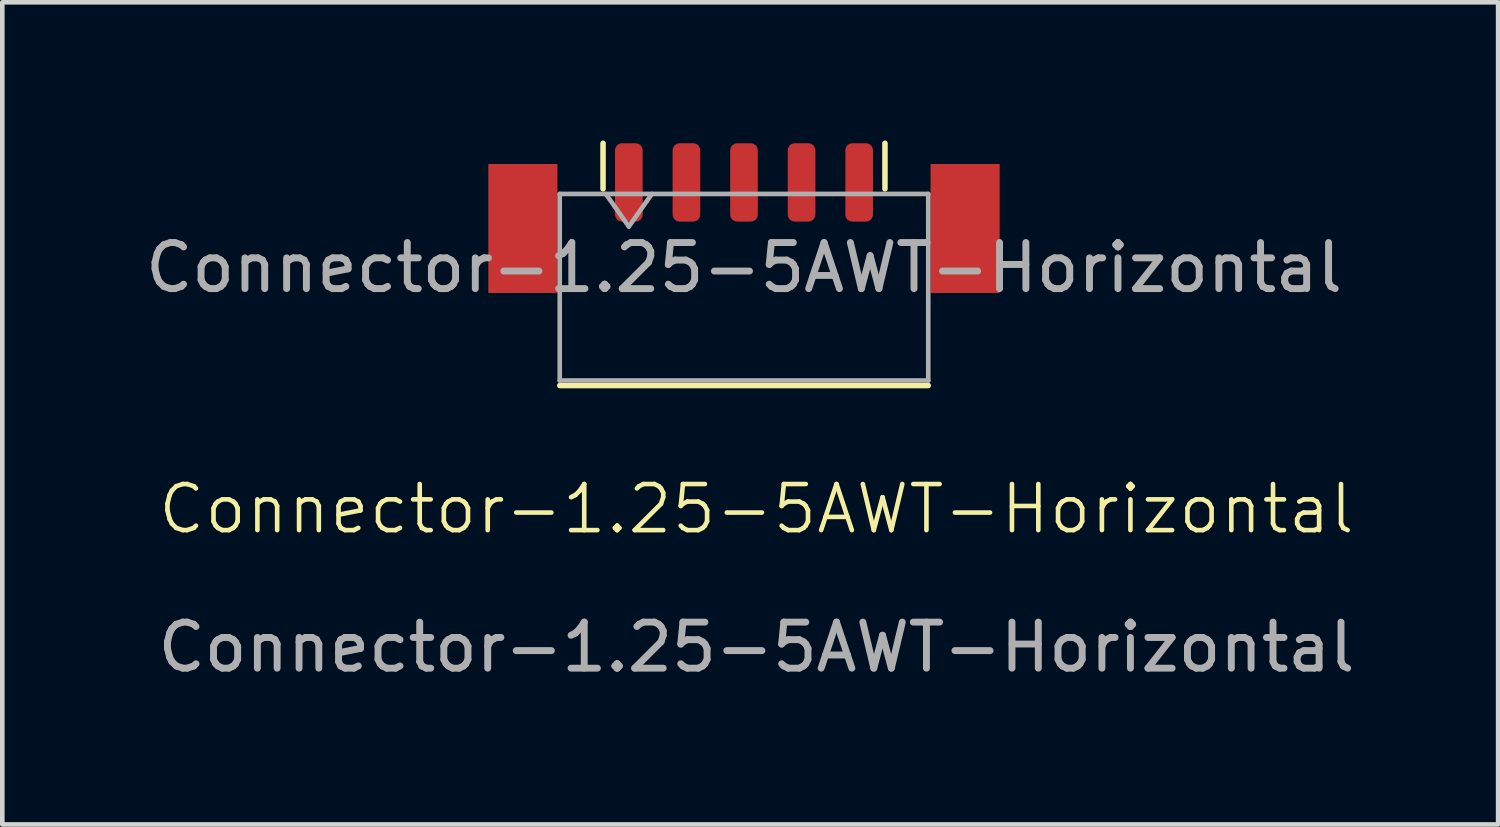
<source format=kicad_pcb>
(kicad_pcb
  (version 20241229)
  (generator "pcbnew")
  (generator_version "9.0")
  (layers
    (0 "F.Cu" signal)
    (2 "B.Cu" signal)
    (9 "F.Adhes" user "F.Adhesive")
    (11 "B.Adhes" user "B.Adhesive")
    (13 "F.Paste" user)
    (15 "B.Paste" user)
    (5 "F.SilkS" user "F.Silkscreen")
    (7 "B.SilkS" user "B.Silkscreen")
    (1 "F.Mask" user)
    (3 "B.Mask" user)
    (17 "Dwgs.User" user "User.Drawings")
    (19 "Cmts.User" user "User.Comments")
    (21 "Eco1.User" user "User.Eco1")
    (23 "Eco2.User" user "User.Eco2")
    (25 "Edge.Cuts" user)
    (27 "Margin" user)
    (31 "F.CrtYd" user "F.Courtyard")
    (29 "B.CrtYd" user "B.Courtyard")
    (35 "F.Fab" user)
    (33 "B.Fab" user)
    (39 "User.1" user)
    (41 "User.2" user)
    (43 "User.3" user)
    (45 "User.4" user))
  (footprint "Connector-1.25-5AWT-Horizontal"
    (layer "F.Cu")
    (at 13.101 0.91)
    (property "Reference" "Connector-1.25-5AWT-Horizontal" (at 0.27 7.09 0) (unlocked yes) (layer "F.SilkS") (effects (font (size 1 1) (thickness 0.1))))
    (attr smd)
    (fp_line (start -4 4.41) (end 4 4.41) (stroke (width 0.12) (type solid)) (layer "F.SilkS"))
    (fp_line (start -3.06 0.14) (end -3.06 -0.85) (stroke (width 0.12) (type solid)) (layer "F.SilkS"))
    (fp_line (start 3.06 0.14) (end 3.06 -0.85) (stroke (width 0.12) (type solid)) (layer "F.SilkS"))
    (fp_line (start -4 0.25) (end -4 4.3) (stroke (width 0.1) (type solid)) (layer "F.Fab"))
    (fp_line (start -4 0.25) (end 4 0.25) (stroke (width 0.1) (type solid)) (layer "F.Fab"))
    (fp_line (start -4 4.3) (end 4 4.3) (stroke (width 0.1) (type solid)) (layer "F.Fab"))
    (fp_line (start -3 0.25) (end -2.5 0.957) (stroke (width 0.1) (type solid)) (layer "F.Fab"))
    (fp_line (start -2.5 0.957) (end -2 0.25) (stroke (width 0.1) (type solid)) (layer "F.Fab"))
    (fp_line (start 4 0.25) (end 4 4.3) (stroke (width 0.1) (type solid)) (layer "F.Fab"))
    (fp_text user "${REFERENCE}" (at 0 1.85 0) (layer "F.Fab") (effects (font (size 1 1) (thickness 0.15))))
    (fp_text user "${REFERENCE}" (at 0.27 10.09 0) (unlocked yes) (layer "F.Fab") (effects (font (size 1 1) (thickness 0.15))))
    (pad "" smd rect (at -4.8 1 180) (size 1.5 2.8) (layers "F.Cu" "F.Mask" "F.Paste"))
    (pad "" smd rect (at 4.8 1 180) (size 1.5 2.8) (layers "F.Cu" "F.Mask" "F.Paste"))
    (pad "1" smd roundrect (at -2.5 0) (size 0.6 1.7) (layers "F.Cu" "F.Mask" "F.Paste") (roundrect_rratio 0.25))
    (pad "2" smd roundrect (at -1.25 0) (size 0.6 1.7) (layers "F.Cu" "F.Mask" "F.Paste") (roundrect_rratio 0.25))
    (pad "3" smd roundrect (at 0 0) (size 0.6 1.7) (layers "F.Cu" "F.Mask" "F.Paste") (roundrect_rratio 0.25))
    (pad "4" smd roundrect (at 1.25 0) (size 0.6 1.7) (layers "F.Cu" "F.Mask" "F.Paste") (roundrect_rratio 0.25))
    (pad "5" smd roundrect (at 2.5 0) (size 0.6 1.7) (layers "F.Cu" "F.Mask" "F.Paste") (roundrect_rratio 0.25)))
  (gr_rect
    (start -3 -3)
    (end 29.472 14.848)
    (stroke (width 0.1) (type default))
    (fill no)
    (layer "Edge.Cuts")))
</source>
